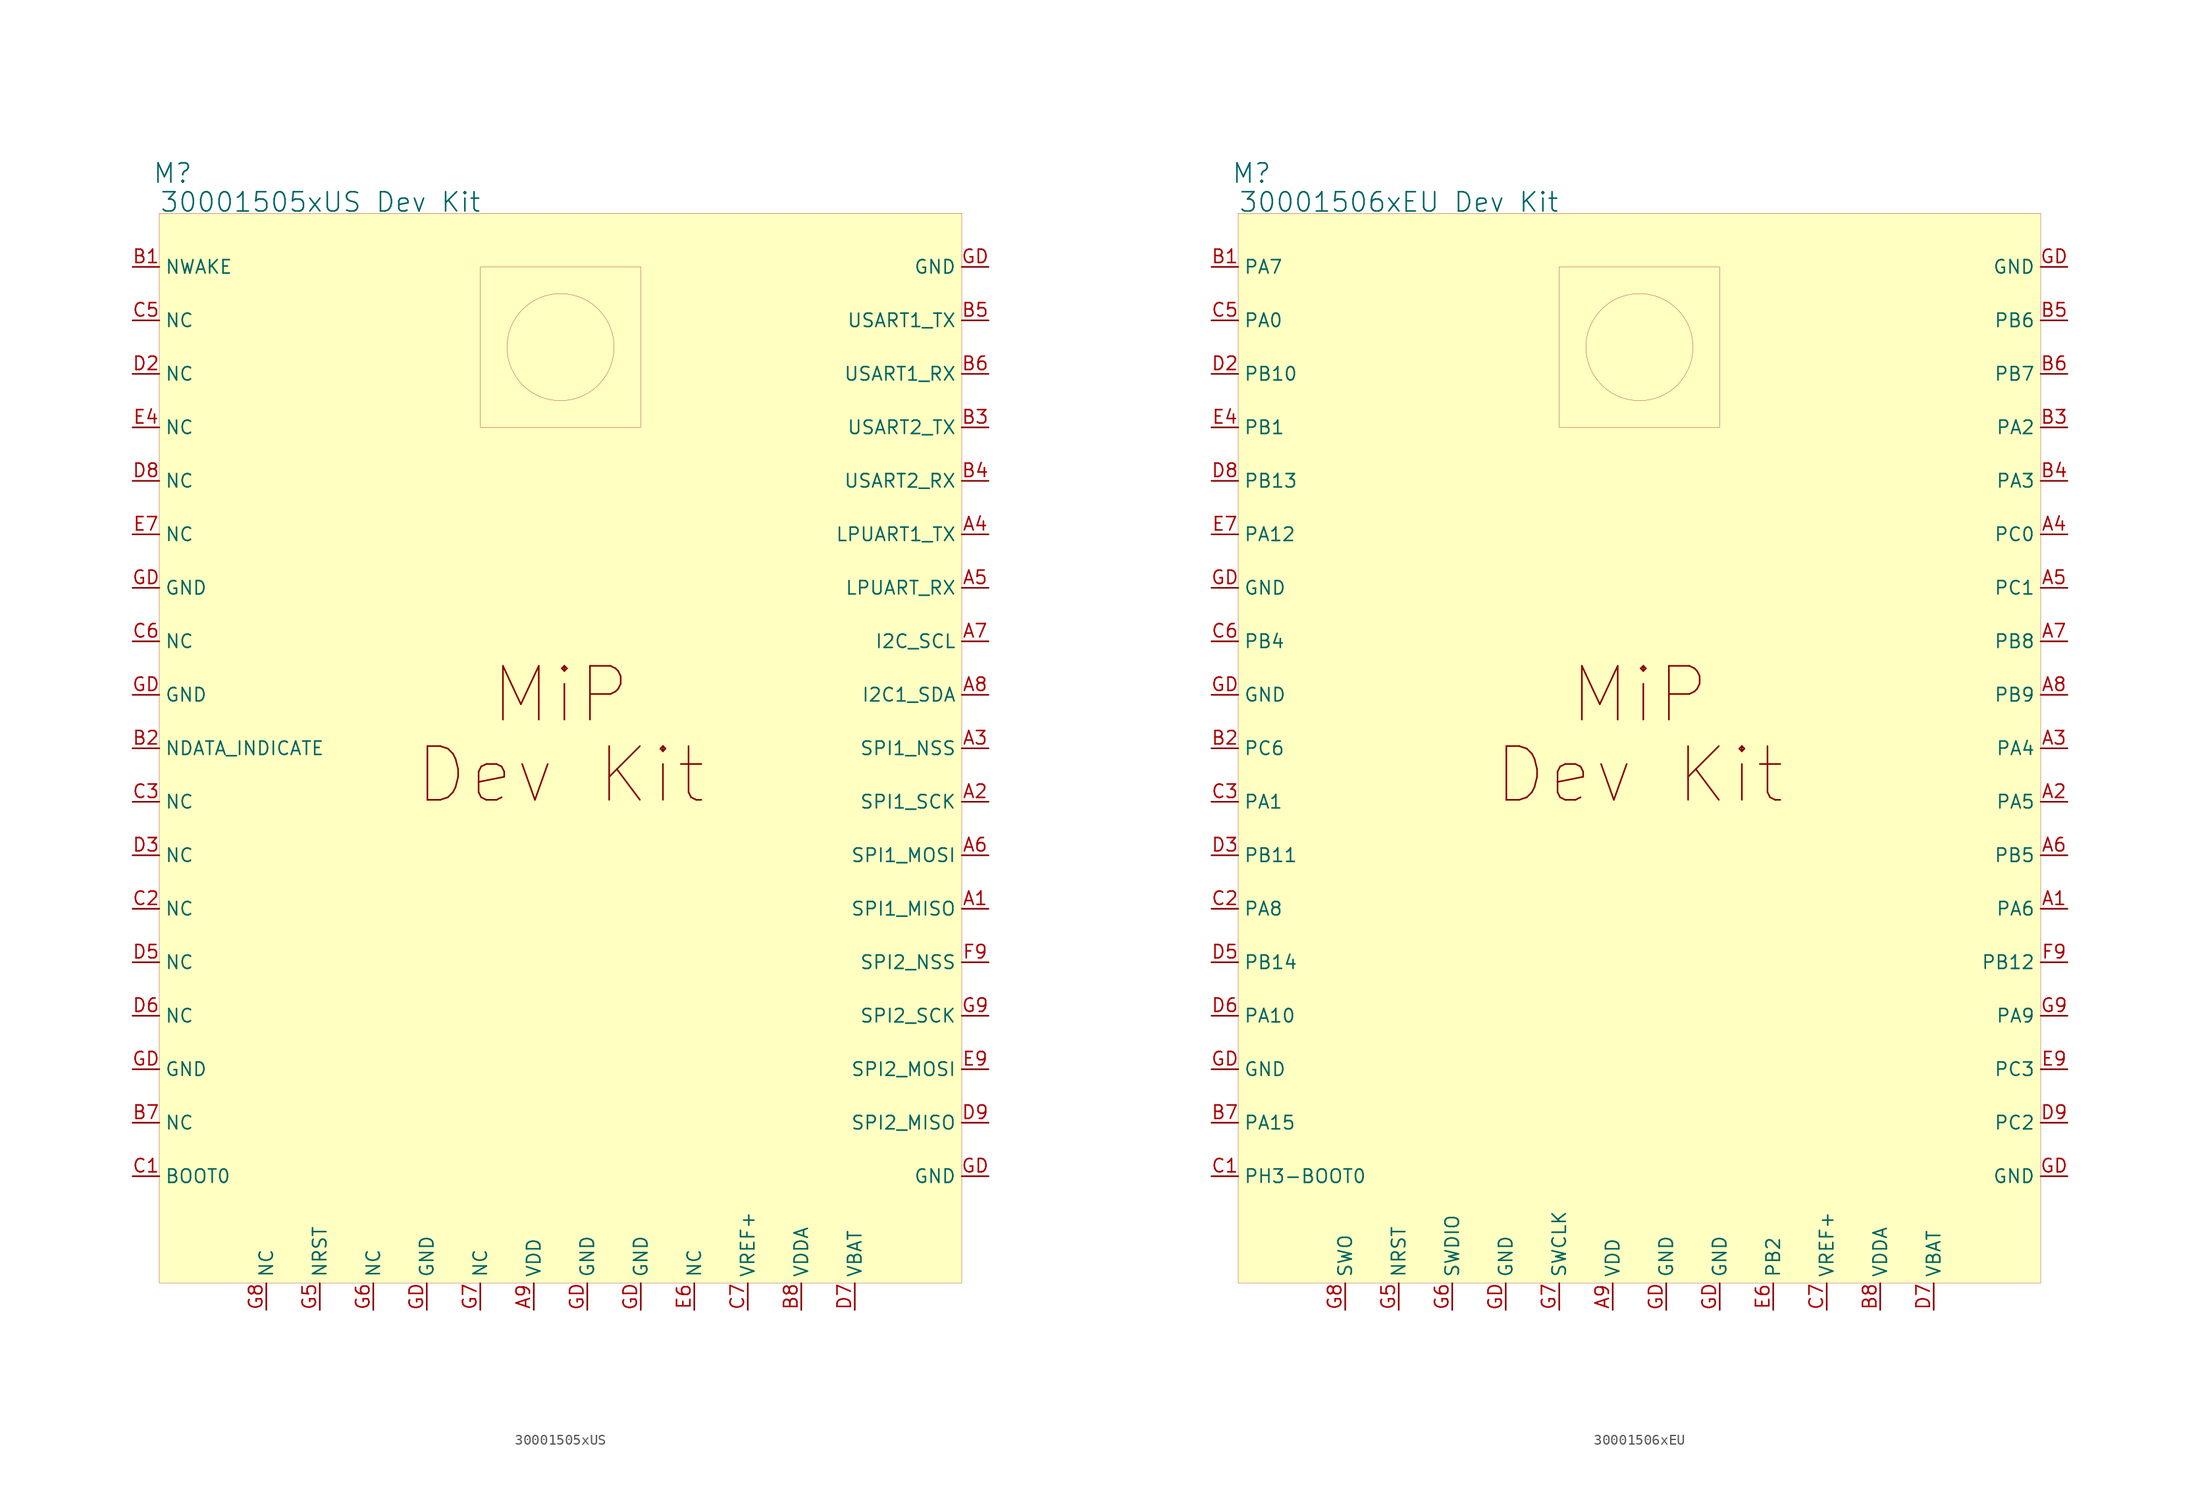
<source format=kicad_sym>
(kicad_symbol_lib
  (version 20231120)
  (generator "kicad_symbol_editor")
  (generator_version "8.0")
  (symbol "30001505xUS"
    (property "Reference" "M"
      (at 1.27 3.81 0)
      (effects (font (size 1.829 1.829))))
    (property "Value" "30001505xUS Dev Kit"
      (at 0 0 0)
      (effects (font (size 1.829 1.829)) (justify left bottom)))
    (symbol "30001505xUS_1_0"
      (rectangle (start 0 0) (end 76.2 -101.6) (stroke (width 0.025) (type solid) (color 128 0 0 1)) (fill (type background)))
      (rectangle (start 30.48 -5.08) (end 45.72 -20.32) (stroke (width 0.025) (type solid) (color 152 0 0 1)) (fill (type none)))
      (circle (center 38.1 -12.7) (radius 5.08) (stroke (width 0.025) (type solid) (color 152 0 0 1)) (fill (type none)))
      (text "Dev Kit" (at 38.1 -53.34 0) (effects (font (size 5.105 5.105))))
      (text "MiP" (at 38.1 -45.72 0) (effects (font (size 5.105 5.105))))
      (pin passive line (at 78.74 -66.04 180) (length 2.54) (name "SPI1_MISO" (effects (font (size 1.27 1.27)))) (number "A1" (effects (font (size 1.27 1.27)))))
      (pin passive line (at 78.74 -55.88 180) (length 2.54) (name "SPI1_SCK" (effects (font (size 1.27 1.27)))) (number "A2" (effects (font (size 1.27 1.27)))))
      (pin passive line (at 78.74 -50.8 180) (length 2.54) (name "SPI1_NSS" (effects (font (size 1.27 1.27)))) (number "A3" (effects (font (size 1.27 1.27)))))
      (pin passive line (at 78.74 -30.48 180) (length 2.54) (name "LPUART1_TX" (effects (font (size 1.27 1.27)))) (number "A4" (effects (font (size 1.27 1.27)))))
      (pin passive line (at 78.74 -35.56 180) (length 2.54) (name "LPUART_RX" (effects (font (size 1.27 1.27)))) (number "A5" (effects (font (size 1.27 1.27)))))
      (pin passive line (at 78.74 -60.96 180) (length 2.54) (name "SPI1_MOSI" (effects (font (size 1.27 1.27)))) (number "A6" (effects (font (size 1.27 1.27)))))
      (pin passive line (at 78.74 -40.64 180) (length 2.54) (name "I2C_SCL" (effects (font (size 1.27 1.27)))) (number "A7" (effects (font (size 1.27 1.27)))))
      (pin passive line (at 78.74 -45.72 180) (length 2.54) (name "I2C1_SDA" (effects (font (size 1.27 1.27)))) (number "A8" (effects (font (size 1.27 1.27)))))
      (pin passive line (at 35.56 -104.14 90) (length 2.54) (name "VDD" (effects (font (size 1.27 1.27)))) (number "A9" (effects (font (size 1.27 1.27)))))
      (pin passive line (at -2.54 -5.08 0) (length 2.54) (name "NWAKE" (effects (font (size 1.27 1.27)))) (number "B1" (effects (font (size 1.27 1.27)))))
      (pin passive line (at -2.54 -50.8 0) (length 2.54) (name "NDATA_INDICATE" (effects (font (size 1.27 1.27)))) (number "B2" (effects (font (size 1.27 1.27)))))
      (pin passive line (at 78.74 -20.32 180) (length 2.54) (name "USART2_TX" (effects (font (size 1.27 1.27)))) (number "B3" (effects (font (size 1.27 1.27)))))
      (pin passive line (at 78.74 -25.4 180) (length 2.54) (name "USART2_RX" (effects (font (size 1.27 1.27)))) (number "B4" (effects (font (size 1.27 1.27)))))
      (pin passive line (at 78.74 -10.16 180) (length 2.54) (name "USART1_TX" (effects (font (size 1.27 1.27)))) (number "B5" (effects (font (size 1.27 1.27)))))
      (pin passive line (at 78.74 -15.24 180) (length 2.54) (name "USART1_RX" (effects (font (size 1.27 1.27)))) (number "B6" (effects (font (size 1.27 1.27)))))
      (pin passive line (at -2.54 -86.36 0) (length 2.54) (name "NC" (effects (font (size 1.27 1.27)))) (number "B7" (effects (font (size 1.27 1.27)))))
      (pin passive line (at 60.96 -104.14 90) (length 2.54) (name "VDDA" (effects (font (size 1.27 1.27)))) (number "B8" (effects (font (size 1.27 1.27)))))
      (pin passive line (at -2.54 -91.44 0) (length 2.54) (name "BOOT0" (effects (font (size 1.27 1.27)))) (number "C1" (effects (font (size 1.27 1.27)))))
      (pin passive line (at -2.54 -66.04 0) (length 2.54) (name "NC" (effects (font (size 1.27 1.27)))) (number "C2" (effects (font (size 1.27 1.27)))))
      (pin passive line (at -2.54 -55.88 0) (length 2.54) (name "NC" (effects (font (size 1.27 1.27)))) (number "C3" (effects (font (size 1.27 1.27)))))
      (pin passive line (at -2.54 -10.16 0) (length 2.54) (name "NC" (effects (font (size 1.27 1.27)))) (number "C5" (effects (font (size 1.27 1.27)))))
      (pin passive line (at -2.54 -40.64 0) (length 2.54) (name "NC" (effects (font (size 1.27 1.27)))) (number "C6" (effects (font (size 1.27 1.27)))))
      (pin passive line (at 55.88 -104.14 90) (length 2.54) (name "VREF+" (effects (font (size 1.27 1.27)))) (number "C7" (effects (font (size 1.27 1.27)))))
      (pin passive line (at -2.54 -15.24 0) (length 2.54) (name "NC" (effects (font (size 1.27 1.27)))) (number "D2" (effects (font (size 1.27 1.27)))))
      (pin passive line (at -2.54 -60.96 0) (length 2.54) (name "NC" (effects (font (size 1.27 1.27)))) (number "D3" (effects (font (size 1.27 1.27)))))
      (pin passive line (at -2.54 -71.12 0) (length 2.54) (name "NC" (effects (font (size 1.27 1.27)))) (number "D5" (effects (font (size 1.27 1.27)))))
      (pin passive line (at -2.54 -76.2 0) (length 2.54) (name "NC" (effects (font (size 1.27 1.27)))) (number "D6" (effects (font (size 1.27 1.27)))))
      (pin passive line (at 66.04 -104.14 90) (length 2.54) (name "VBAT" (effects (font (size 1.27 1.27)))) (number "D7" (effects (font (size 1.27 1.27)))))
      (pin passive line (at -2.54 -25.4 0) (length 2.54) (name "NC" (effects (font (size 1.27 1.27)))) (number "D8" (effects (font (size 1.27 1.27)))))
      (pin passive line (at 78.74 -86.36 180) (length 2.54) (name "SPI2_MISO" (effects (font (size 1.27 1.27)))) (number "D9" (effects (font (size 1.27 1.27)))))
      (pin passive line (at -2.54 -20.32 0) (length 2.54) (name "NC" (effects (font (size 1.27 1.27)))) (number "E4" (effects (font (size 1.27 1.27)))))
      (pin passive line (at 50.8 -104.14 90) (length 2.54) (name "NC" (effects (font (size 1.27 1.27)))) (number "E6" (effects (font (size 1.27 1.27)))))
      (pin passive line (at -2.54 -30.48 0) (length 2.54) (name "NC" (effects (font (size 1.27 1.27)))) (number "E7" (effects (font (size 1.27 1.27)))))
      (pin passive line (at 78.74 -81.28 180) (length 2.54) (name "SPI2_MOSI" (effects (font (size 1.27 1.27)))) (number "E9" (effects (font (size 1.27 1.27)))))
      (pin passive line (at 78.74 -71.12 180) (length 2.54) (name "SPI2_NSS" (effects (font (size 1.27 1.27)))) (number "F9" (effects (font (size 1.27 1.27)))))
      (pin passive line (at 15.24 -104.14 90) (length 2.54) (name "NRST" (effects (font (size 1.27 1.27)))) (number "G5" (effects (font (size 1.27 1.27)))))
      (pin passive line (at 20.32 -104.14 90) (length 2.54) (name "NC" (effects (font (size 1.27 1.27)))) (number "G6" (effects (font (size 1.27 1.27)))))
      (pin passive line (at 30.48 -104.14 90) (length 2.54) (name "NC" (effects (font (size 1.27 1.27)))) (number "G7" (effects (font (size 1.27 1.27)))))
      (pin passive line (at 10.16 -104.14 90) (length 2.54) (name "NC" (effects (font (size 1.27 1.27)))) (number "G8" (effects (font (size 1.27 1.27)))))
      (pin passive line (at 78.74 -76.2 180) (length 2.54) (name "SPI2_SCK" (effects (font (size 1.27 1.27)))) (number "G9" (effects (font (size 1.27 1.27)))))
      (pin passive line (at -2.54 -81.28 0) (length 2.54) (name "GND" (effects (font (size 1.27 1.27)))) (number "GD" (effects (font (size 1.27 1.27)))))
      (pin passive line (at -2.54 -45.72 0) (length 2.54) (name "GND" (effects (font (size 1.27 1.27)))) (number "GD" (effects (font (size 1.27 1.27)))))
      (pin passive line (at -2.54 -35.56 0) (length 2.54) (name "GND" (effects (font (size 1.27 1.27)))) (number "GD" (effects (font (size 1.27 1.27)))))
      (pin passive line (at 25.4 -104.14 90) (length 2.54) (name "GND" (effects (font (size 1.27 1.27)))) (number "GD" (effects (font (size 1.27 1.27)))))
      (pin passive line (at 40.64 -104.14 90) (length 2.54) (name "GND" (effects (font (size 1.27 1.27)))) (number "GD" (effects (font (size 1.27 1.27)))))
      (pin passive line (at 45.72 -104.14 90) (length 2.54) (name "GND" (effects (font (size 1.27 1.27)))) (number "GD" (effects (font (size 1.27 1.27)))))
      (pin passive line (at 78.74 -91.44 180) (length 2.54) (name "GND" (effects (font (size 1.27 1.27)))) (number "GD" (effects (font (size 1.27 1.27)))))
      (pin passive line (at 78.74 -5.08 180) (length 2.54) (name "GND" (effects (font (size 1.27 1.27)))) (number "GD" (effects (font (size 1.27 1.27)))))))
  (symbol "30001506xEU"
    (property "Reference" "M"
      (at 1.27 3.81 0)
      (effects (font (size 1.829 1.829))))
    (property "Value" "30001506xEU Dev Kit"
      (at 0 0 0)
      (effects (font (size 1.829 1.829)) (justify left bottom)))
    (symbol "30001506xEU_1_0"
      (rectangle (start 0 0) (end 76.2 -101.6) (stroke (width 0.025) (type solid) (color 128 0 0 1)) (fill (type background)))
      (rectangle (start 30.48 -5.08) (end 45.72 -20.32) (stroke (width 0.025) (type solid) (color 152 0 0 1)) (fill (type none)))
      (circle (center 38.1 -12.7) (radius 5.08) (stroke (width 0.025) (type solid) (color 152 0 0 1)) (fill (type none)))
      (text "Dev Kit" (at 38.1 -53.34 0) (effects (font (size 5.105 5.105))))
      (text "MiP" (at 38.1 -45.72 0) (effects (font (size 5.105 5.105))))
      (pin passive line (at 78.74 -66.04 180) (length 2.54) (name "PA6" (effects (font (size 1.27 1.27)))) (number "A1" (effects (font (size 1.27 1.27)))))
      (pin passive line (at 78.74 -55.88 180) (length 2.54) (name "PA5" (effects (font (size 1.27 1.27)))) (number "A2" (effects (font (size 1.27 1.27)))))
      (pin passive line (at 78.74 -50.8 180) (length 2.54) (name "PA4" (effects (font (size 1.27 1.27)))) (number "A3" (effects (font (size 1.27 1.27)))))
      (pin passive line (at 78.74 -30.48 180) (length 2.54) (name "PC0" (effects (font (size 1.27 1.27)))) (number "A4" (effects (font (size 1.27 1.27)))))
      (pin passive line (at 78.74 -35.56 180) (length 2.54) (name "PC1" (effects (font (size 1.27 1.27)))) (number "A5" (effects (font (size 1.27 1.27)))))
      (pin passive line (at 78.74 -60.96 180) (length 2.54) (name "PB5" (effects (font (size 1.27 1.27)))) (number "A6" (effects (font (size 1.27 1.27)))))
      (pin passive line (at 78.74 -40.64 180) (length 2.54) (name "PB8" (effects (font (size 1.27 1.27)))) (number "A7" (effects (font (size 1.27 1.27)))))
      (pin passive line (at 78.74 -45.72 180) (length 2.54) (name "PB9" (effects (font (size 1.27 1.27)))) (number "A8" (effects (font (size 1.27 1.27)))))
      (pin passive line (at 35.56 -104.14 90) (length 2.54) (name "VDD" (effects (font (size 1.27 1.27)))) (number "A9" (effects (font (size 1.27 1.27)))))
      (pin passive line (at -2.54 -5.08 0) (length 2.54) (name "PA7" (effects (font (size 1.27 1.27)))) (number "B1" (effects (font (size 1.27 1.27)))))
      (pin passive line (at -2.54 -50.8 0) (length 2.54) (name "PC6" (effects (font (size 1.27 1.27)))) (number "B2" (effects (font (size 1.27 1.27)))))
      (pin passive line (at 78.74 -20.32 180) (length 2.54) (name "PA2" (effects (font (size 1.27 1.27)))) (number "B3" (effects (font (size 1.27 1.27)))))
      (pin passive line (at 78.74 -25.4 180) (length 2.54) (name "PA3" (effects (font (size 1.27 1.27)))) (number "B4" (effects (font (size 1.27 1.27)))))
      (pin passive line (at 78.74 -10.16 180) (length 2.54) (name "PB6" (effects (font (size 1.27 1.27)))) (number "B5" (effects (font (size 1.27 1.27)))))
      (pin passive line (at 78.74 -15.24 180) (length 2.54) (name "PB7" (effects (font (size 1.27 1.27)))) (number "B6" (effects (font (size 1.27 1.27)))))
      (pin passive line (at -2.54 -86.36 0) (length 2.54) (name "PA15" (effects (font (size 1.27 1.27)))) (number "B7" (effects (font (size 1.27 1.27)))))
      (pin passive line (at 60.96 -104.14 90) (length 2.54) (name "VDDA" (effects (font (size 1.27 1.27)))) (number "B8" (effects (font (size 1.27 1.27)))))
      (pin passive line (at -2.54 -91.44 0) (length 2.54) (name "PH3-BOOT0" (effects (font (size 1.27 1.27)))) (number "C1" (effects (font (size 1.27 1.27)))))
      (pin passive line (at -2.54 -66.04 0) (length 2.54) (name "PA8" (effects (font (size 1.27 1.27)))) (number "C2" (effects (font (size 1.27 1.27)))))
      (pin passive line (at -2.54 -55.88 0) (length 2.54) (name "PA1" (effects (font (size 1.27 1.27)))) (number "C3" (effects (font (size 1.27 1.27)))))
      (pin passive line (at -2.54 -10.16 0) (length 2.54) (name "PA0" (effects (font (size 1.27 1.27)))) (number "C5" (effects (font (size 1.27 1.27)))))
      (pin passive line (at -2.54 -40.64 0) (length 2.54) (name "PB4" (effects (font (size 1.27 1.27)))) (number "C6" (effects (font (size 1.27 1.27)))))
      (pin passive line (at 55.88 -104.14 90) (length 2.54) (name "VREF+" (effects (font (size 1.27 1.27)))) (number "C7" (effects (font (size 1.27 1.27)))))
      (pin passive line (at -2.54 -15.24 0) (length 2.54) (name "PB10" (effects (font (size 1.27 1.27)))) (number "D2" (effects (font (size 1.27 1.27)))))
      (pin passive line (at -2.54 -60.96 0) (length 2.54) (name "PB11" (effects (font (size 1.27 1.27)))) (number "D3" (effects (font (size 1.27 1.27)))))
      (pin passive line (at -2.54 -71.12 0) (length 2.54) (name "PB14" (effects (font (size 1.27 1.27)))) (number "D5" (effects (font (size 1.27 1.27)))))
      (pin passive line (at -2.54 -76.2 0) (length 2.54) (name "PA10" (effects (font (size 1.27 1.27)))) (number "D6" (effects (font (size 1.27 1.27)))))
      (pin passive line (at 66.04 -104.14 90) (length 2.54) (name "VBAT" (effects (font (size 1.27 1.27)))) (number "D7" (effects (font (size 1.27 1.27)))))
      (pin passive line (at -2.54 -25.4 0) (length 2.54) (name "PB13" (effects (font (size 1.27 1.27)))) (number "D8" (effects (font (size 1.27 1.27)))))
      (pin passive line (at 78.74 -86.36 180) (length 2.54) (name "PC2" (effects (font (size 1.27 1.27)))) (number "D9" (effects (font (size 1.27 1.27)))))
      (pin passive line (at -2.54 -20.32 0) (length 2.54) (name "PB1" (effects (font (size 1.27 1.27)))) (number "E4" (effects (font (size 1.27 1.27)))))
      (pin passive line (at 50.8 -104.14 90) (length 2.54) (name "PB2" (effects (font (size 1.27 1.27)))) (number "E6" (effects (font (size 1.27 1.27)))))
      (pin passive line (at -2.54 -30.48 0) (length 2.54) (name "PA12" (effects (font (size 1.27 1.27)))) (number "E7" (effects (font (size 1.27 1.27)))))
      (pin passive line (at 78.74 -81.28 180) (length 2.54) (name "PC3" (effects (font (size 1.27 1.27)))) (number "E9" (effects (font (size 1.27 1.27)))))
      (pin passive line (at 78.74 -71.12 180) (length 2.54) (name "PB12" (effects (font (size 1.27 1.27)))) (number "F9" (effects (font (size 1.27 1.27)))))
      (pin passive line (at 15.24 -104.14 90) (length 2.54) (name "NRST" (effects (font (size 1.27 1.27)))) (number "G5" (effects (font (size 1.27 1.27)))))
      (pin passive line (at 20.32 -104.14 90) (length 2.54) (name "SWDIO" (effects (font (size 1.27 1.27)))) (number "G6" (effects (font (size 1.27 1.27)))))
      (pin passive line (at 30.48 -104.14 90) (length 2.54) (name "SWCLK" (effects (font (size 1.27 1.27)))) (number "G7" (effects (font (size 1.27 1.27)))))
      (pin passive line (at 10.16 -104.14 90) (length 2.54) (name "SWO" (effects (font (size 1.27 1.27)))) (number "G8" (effects (font (size 1.27 1.27)))))
      (pin passive line (at 78.74 -76.2 180) (length 2.54) (name "PA9" (effects (font (size 1.27 1.27)))) (number "G9" (effects (font (size 1.27 1.27)))))
      (pin passive line (at -2.54 -81.28 0) (length 2.54) (name "GND" (effects (font (size 1.27 1.27)))) (number "GD" (effects (font (size 1.27 1.27)))))
      (pin passive line (at -2.54 -45.72 0) (length 2.54) (name "GND" (effects (font (size 1.27 1.27)))) (number "GD" (effects (font (size 1.27 1.27)))))
      (pin passive line (at -2.54 -35.56 0) (length 2.54) (name "GND" (effects (font (size 1.27 1.27)))) (number "GD" (effects (font (size 1.27 1.27)))))
      (pin passive line (at 25.4 -104.14 90) (length 2.54) (name "GND" (effects (font (size 1.27 1.27)))) (number "GD" (effects (font (size 1.27 1.27)))))
      (pin passive line (at 40.64 -104.14 90) (length 2.54) (name "GND" (effects (font (size 1.27 1.27)))) (number "GD" (effects (font (size 1.27 1.27)))))
      (pin passive line (at 45.72 -104.14 90) (length 2.54) (name "GND" (effects (font (size 1.27 1.27)))) (number "GD" (effects (font (size 1.27 1.27)))))
      (pin passive line (at 78.74 -91.44 180) (length 2.54) (name "GND" (effects (font (size 1.27 1.27)))) (number "GD" (effects (font (size 1.27 1.27)))))
      (pin passive line (at 78.74 -5.08 180) (length 2.54) (name "GND" (effects (font (size 1.27 1.27)))) (number "GD" (effects (font (size 1.27 1.27))))))))
</source>
